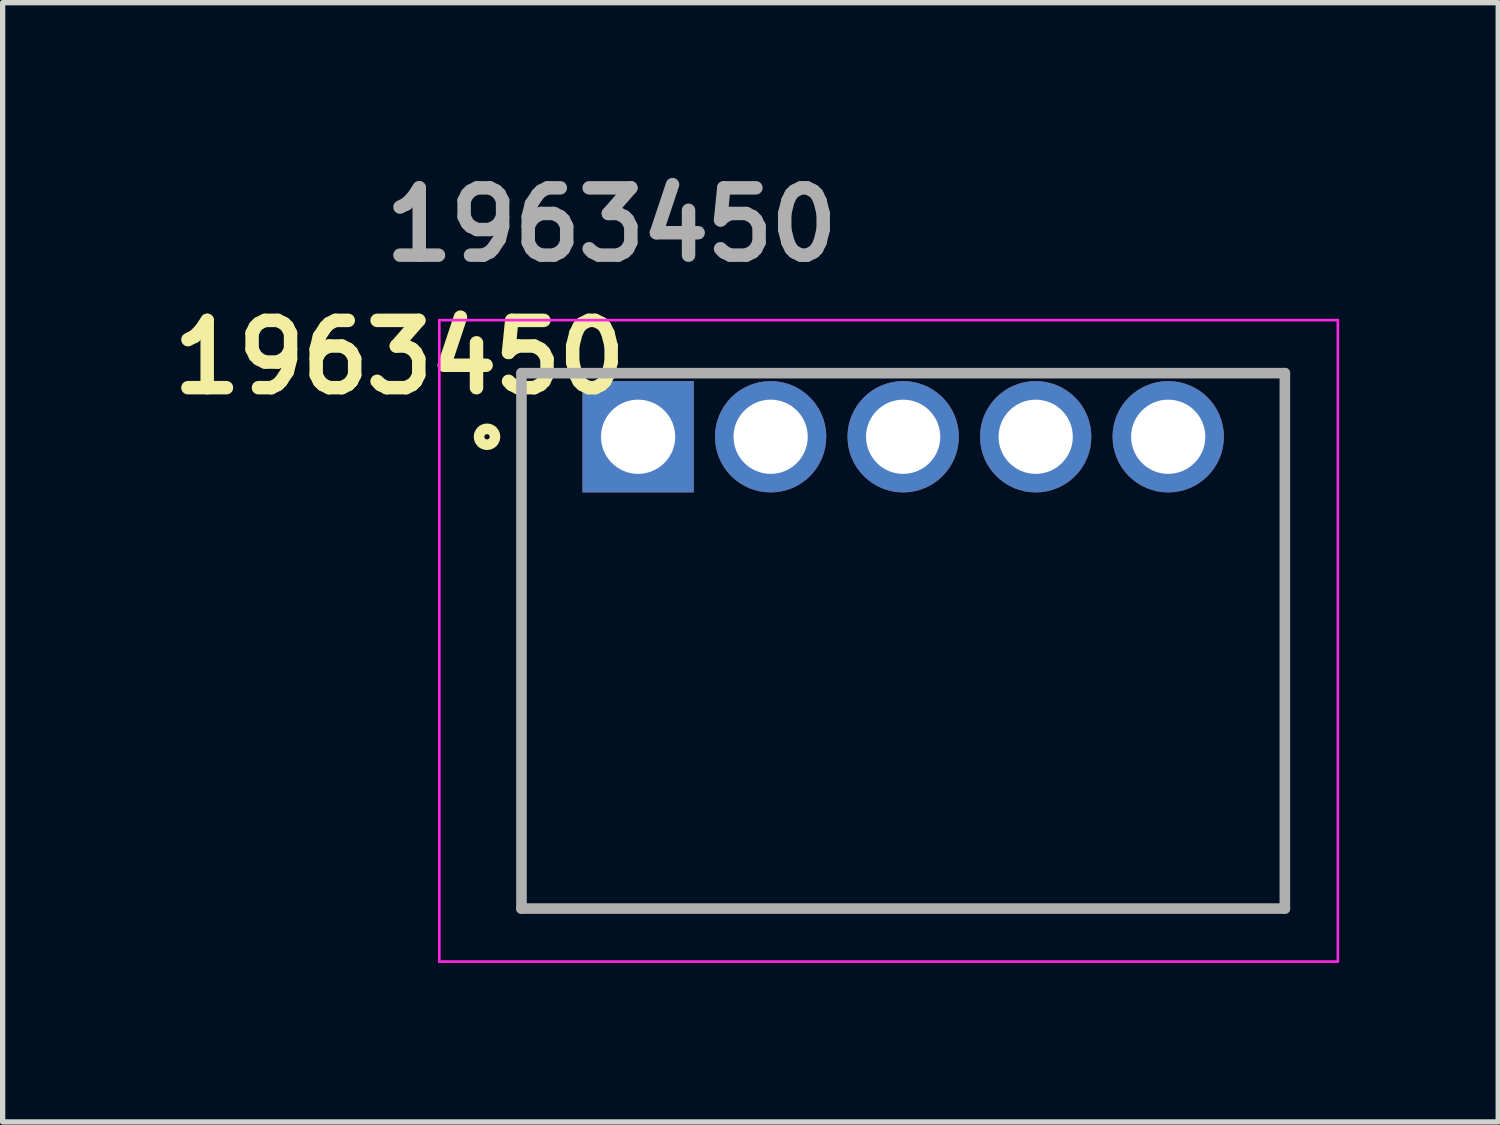
<source format=kicad_pcb>
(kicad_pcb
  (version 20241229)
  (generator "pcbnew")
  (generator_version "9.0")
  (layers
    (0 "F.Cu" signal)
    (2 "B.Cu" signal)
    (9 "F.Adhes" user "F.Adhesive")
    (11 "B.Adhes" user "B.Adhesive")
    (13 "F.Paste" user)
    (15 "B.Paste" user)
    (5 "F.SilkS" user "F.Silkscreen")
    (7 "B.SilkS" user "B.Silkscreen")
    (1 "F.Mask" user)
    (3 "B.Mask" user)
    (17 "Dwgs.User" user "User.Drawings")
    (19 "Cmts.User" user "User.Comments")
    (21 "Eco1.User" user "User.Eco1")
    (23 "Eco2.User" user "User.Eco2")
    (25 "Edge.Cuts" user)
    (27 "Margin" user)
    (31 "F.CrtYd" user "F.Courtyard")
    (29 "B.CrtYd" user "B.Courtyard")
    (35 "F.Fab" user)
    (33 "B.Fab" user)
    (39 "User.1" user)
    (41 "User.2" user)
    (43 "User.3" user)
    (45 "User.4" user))
  (footprint "1963450"
    (layer "F.Cu")
    (at 8.987 5.189)
    (property "Reference" "1963450" (at -4.5 -1.5 0) (layer "F.SilkS") (effects (font (size 1.27 1.27) (thickness 0.254))))
    (attr through_hole)
    (fp_line (start -2.2 8.9) (end -2.2 -1.2) (stroke (width 0.1) (type solid)) (layer "F.SilkS"))
    (fp_line (start 12.2 -1.2) (end 12.2 8.9) (stroke (width 0.1) (type solid)) (layer "F.SilkS"))
    (fp_line (start 12.2 8.9) (end -2.2 8.9) (stroke (width 0.1) (type solid)) (layer "F.SilkS"))
    (fp_circle (center -2.85 0) (end -2.85 0.05) (stroke (width 0.2) (type solid)) (fill no) (layer "F.SilkS"))
    (fp_line (start -3.75 -2.2) (end 13.2 -2.2) (stroke (width 0.05) (type solid)) (layer "F.CrtYd"))
    (fp_line (start -3.75 9.9) (end -3.75 -2.2) (stroke (width 0.05) (type solid)) (layer "F.CrtYd"))
    (fp_line (start 13.2 -2.2) (end 13.2 9.9) (stroke (width 0.05) (type solid)) (layer "F.CrtYd"))
    (fp_line (start 13.2 9.9) (end -3.75 9.9) (stroke (width 0.05) (type solid)) (layer "F.CrtYd"))
    (fp_line (start -2.2 -1.2) (end 12.2 -1.2) (stroke (width 0.2) (type solid)) (layer "F.Fab"))
    (fp_line (start -2.2 8.9) (end -2.2 -1.2) (stroke (width 0.2) (type solid)) (layer "F.Fab"))
    (fp_line (start 12.2 -1.2) (end 12.2 8.9) (stroke (width 0.2) (type solid)) (layer "F.Fab"))
    (fp_line (start 12.2 8.9) (end -2.2 8.9) (stroke (width 0.2) (type solid)) (layer "F.Fab"))
    (fp_text user "${REFERENCE}" (at -0.5 -4 0) (layer "F.Fab") (effects (font (size 1.27 1.27) (thickness 0.254))))
    (pad "1" thru_hole rect (at 0 0) (size 2.1 2.1) (drill 1.4) (layers "*.Cu" "*.Mask"))
    (pad "2" thru_hole circle (at 2.5 0) (size 2.1 2.1) (drill 1.4) (layers "*.Cu" "*.Mask"))
    (pad "3" thru_hole circle (at 5 0) (size 2.1 2.1) (drill 1.4) (layers "*.Cu" "*.Mask"))
    (pad "4" thru_hole circle (at 7.5 0) (size 2.1 2.1) (drill 1.4) (layers "*.Cu" "*.Mask"))
    (pad "5" thru_hole circle (at 10 0) (size 2.1 2.1) (drill 1.4) (layers "*.Cu" "*.Mask")))
  (gr_rect
    (start -3 -3)
    (end 25.212 18.114)
    (stroke (width 0.1) (type default))
    (fill no)
    (layer "Edge.Cuts")))
</source>
